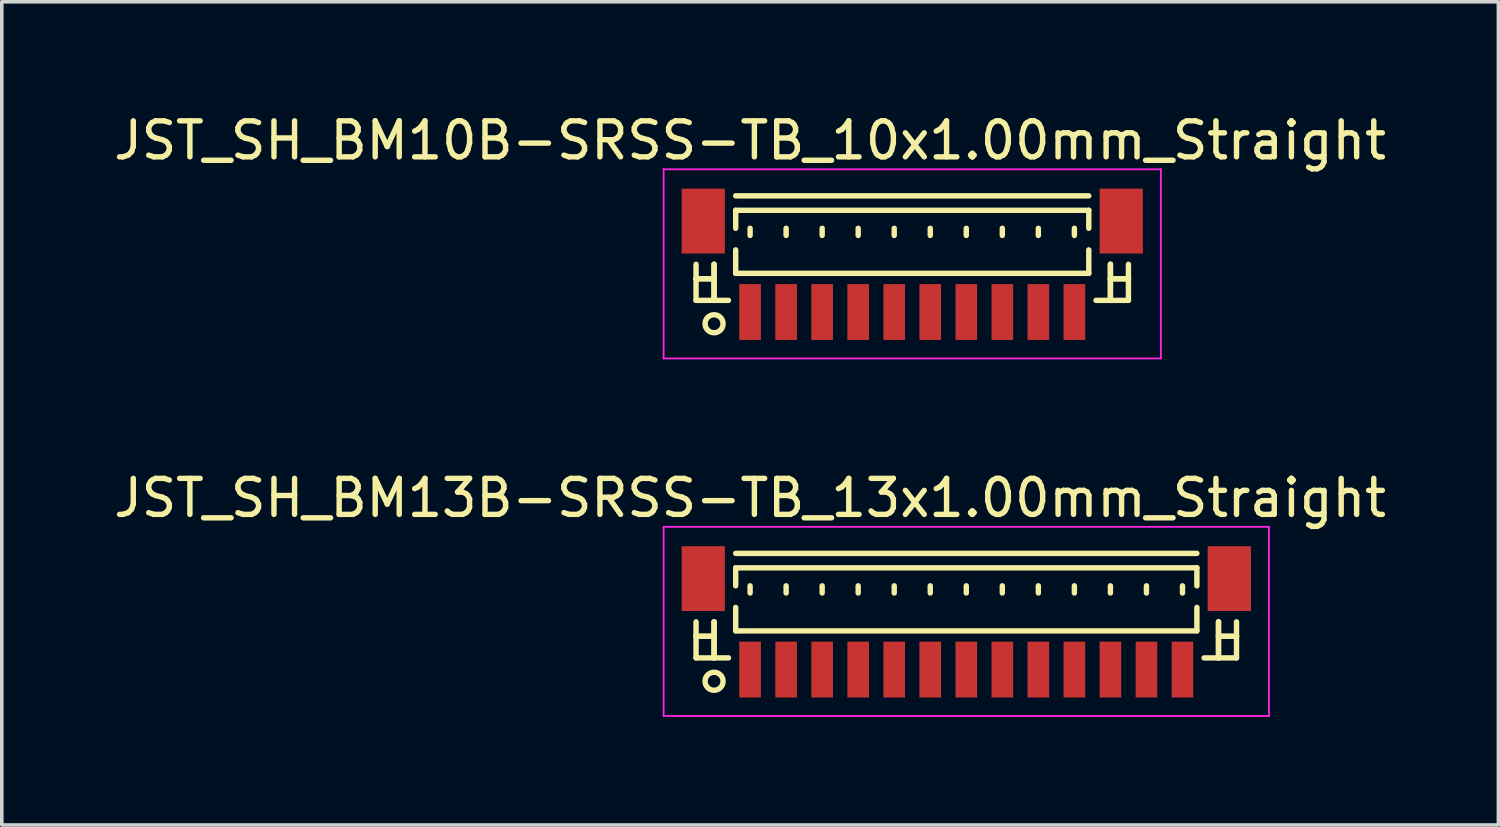
<source format=kicad_pcb>
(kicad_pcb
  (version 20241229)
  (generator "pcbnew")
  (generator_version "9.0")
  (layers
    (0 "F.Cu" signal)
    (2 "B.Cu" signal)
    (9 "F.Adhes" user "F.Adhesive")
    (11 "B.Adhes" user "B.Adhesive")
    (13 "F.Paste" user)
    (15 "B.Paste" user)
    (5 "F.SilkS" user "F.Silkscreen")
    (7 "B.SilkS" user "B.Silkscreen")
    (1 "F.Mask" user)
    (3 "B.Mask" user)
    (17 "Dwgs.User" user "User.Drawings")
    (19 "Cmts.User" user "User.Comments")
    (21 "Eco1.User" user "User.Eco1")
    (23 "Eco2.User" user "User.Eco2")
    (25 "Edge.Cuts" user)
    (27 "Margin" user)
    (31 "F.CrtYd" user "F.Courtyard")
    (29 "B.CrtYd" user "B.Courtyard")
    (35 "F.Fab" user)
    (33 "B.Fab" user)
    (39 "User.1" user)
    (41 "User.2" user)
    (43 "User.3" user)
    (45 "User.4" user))
  (footprint "JST_SH_BM13B-SRSS-TB_13x1.00mm_Straight"
    (layer "F.Cu")
    (at 23.768 14.271)
    (property "Reference" "JST_SH_BM13B-SRSS-TB_13x1.00mm_Straight" (at -6 -3.5 0) (layer "F.SilkS") (effects (font (size 1 1) (thickness 0.15))))
    (attr smd)
    (fp_line (start -7.5 -0.062) (end -7.5 0.938) (stroke (width 0.15) (type solid)) (layer "F.SilkS"))
    (fp_line (start -7.5 0.338) (end -7.5 0.338) (stroke (width 0.15) (type solid)) (layer "F.SilkS"))
    (fp_line (start -7.5 0.338) (end -7 0.338) (stroke (width 0.15) (type solid)) (layer "F.SilkS"))
    (fp_line (start -7.5 0.938) (end -6.6 0.938) (stroke (width 0.15) (type solid)) (layer "F.SilkS"))
    (fp_line (start -7 -0.062) (end -7 -0.062) (stroke (width 0.15) (type solid)) (layer "F.SilkS"))
    (fp_line (start -7 -0.062) (end -7 0.938) (stroke (width 0.15) (type solid)) (layer "F.SilkS"))
    (fp_line (start -7 0.338) (end -7.5 0.338) (stroke (width 0.15) (type solid)) (layer "F.SilkS"))
    (fp_line (start -7 0.338) (end -7 0.338) (stroke (width 0.15) (type solid)) (layer "F.SilkS"))
    (fp_line (start -7 0.938) (end -7 -0.062) (stroke (width 0.15) (type solid)) (layer "F.SilkS"))
    (fp_line (start -7 0.938) (end -7 0.938) (stroke (width 0.15) (type solid)) (layer "F.SilkS"))
    (fp_line (start -6.4 -1.962) (end 6.4 -1.962) (stroke (width 0.15) (type solid)) (layer "F.SilkS"))
    (fp_line (start -6.4 -1.562) (end 6.4 -1.562) (stroke (width 0.15) (type solid)) (layer "F.SilkS"))
    (fp_line (start -6.4 -1.062) (end -6.4 -1.562) (stroke (width 0.15) (type solid)) (layer "F.SilkS"))
    (fp_line (start -6.4 -0.463) (end -6.4 0.188) (stroke (width 0.15) (type solid)) (layer "F.SilkS"))
    (fp_line (start -6.4 0.188) (end 6.4 0.188) (stroke (width 0.15) (type solid)) (layer "F.SilkS"))
    (fp_line (start -6 -1.062) (end -6 -0.863) (stroke (width 0.15) (type solid)) (layer "F.SilkS"))
    (fp_line (start -5 -1.062) (end -5 -0.863) (stroke (width 0.15) (type solid)) (layer "F.SilkS"))
    (fp_line (start -4 -1.062) (end -4 -0.863) (stroke (width 0.15) (type solid)) (layer "F.SilkS"))
    (fp_line (start -3 -1.062) (end -3 -0.863) (stroke (width 0.15) (type solid)) (layer "F.SilkS"))
    (fp_line (start -2 -1.062) (end -2 -0.863) (stroke (width 0.15) (type solid)) (layer "F.SilkS"))
    (fp_line (start -1 -1.062) (end -1 -0.863) (stroke (width 0.15) (type solid)) (layer "F.SilkS"))
    (fp_line (start 0 -1.062) (end 0 -0.863) (stroke (width 0.15) (type solid)) (layer "F.SilkS"))
    (fp_line (start 1 -1.062) (end 1 -0.863) (stroke (width 0.15) (type solid)) (layer "F.SilkS"))
    (fp_line (start 2 -1.062) (end 2 -0.863) (stroke (width 0.15) (type solid)) (layer "F.SilkS"))
    (fp_line (start 3 -1.062) (end 3 -0.863) (stroke (width 0.15) (type solid)) (layer "F.SilkS"))
    (fp_line (start 4 -1.062) (end 4 -0.863) (stroke (width 0.15) (type solid)) (layer "F.SilkS"))
    (fp_line (start 5 -1.062) (end 5 -0.863) (stroke (width 0.15) (type solid)) (layer "F.SilkS"))
    (fp_line (start 6 -1.062) (end 6 -0.863) (stroke (width 0.15) (type solid)) (layer "F.SilkS"))
    (fp_line (start 6.4 -1.562) (end 6.4 -1.062) (stroke (width 0.15) (type solid)) (layer "F.SilkS"))
    (fp_line (start 6.4 0.188) (end 6.4 -0.463) (stroke (width 0.15) (type solid)) (layer "F.SilkS"))
    (fp_line (start 7 -0.062) (end 7 -0.062) (stroke (width 0.15) (type solid)) (layer "F.SilkS"))
    (fp_line (start 7 -0.062) (end 7 0.938) (stroke (width 0.15) (type solid)) (layer "F.SilkS"))
    (fp_line (start 7 0.338) (end 7 0.338) (stroke (width 0.15) (type solid)) (layer "F.SilkS"))
    (fp_line (start 7 0.338) (end 7.5 0.338) (stroke (width 0.15) (type solid)) (layer "F.SilkS"))
    (fp_line (start 7 0.938) (end 7 -0.062) (stroke (width 0.15) (type solid)) (layer "F.SilkS"))
    (fp_line (start 7 0.938) (end 7 0.938) (stroke (width 0.15) (type solid)) (layer "F.SilkS"))
    (fp_line (start 7.5 -0.062) (end 7.5 0.938) (stroke (width 0.15) (type solid)) (layer "F.SilkS"))
    (fp_line (start 7.5 0.338) (end 7 0.338) (stroke (width 0.15) (type solid)) (layer "F.SilkS"))
    (fp_line (start 7.5 0.338) (end 7.5 0.338) (stroke (width 0.15) (type solid)) (layer "F.SilkS"))
    (fp_line (start 7.5 0.938) (end 6.6 0.938) (stroke (width 0.15) (type solid)) (layer "F.SilkS"))
    (fp_circle (center -7 1.587) (end -6.75 1.587) (stroke (width 0.15) (type solid)) (fill no) (layer "F.SilkS"))
    (fp_line (start -8.4 -2.7) (end 8.4 -2.7) (stroke (width 0.05) (type solid)) (layer "F.CrtYd"))
    (fp_line (start -8.4 2.55) (end -8.4 -2.7) (stroke (width 0.05) (type solid)) (layer "F.CrtYd"))
    (fp_line (start 8.4 -2.7) (end 8.4 2.55) (stroke (width 0.05) (type solid)) (layer "F.CrtYd"))
    (fp_line (start 8.4 2.55) (end -8.4 2.55) (stroke (width 0.05) (type solid)) (layer "F.CrtYd"))
    (pad "" smd rect (at -7.3 -1.262) (size 1.2 1.8) (layers "F.Cu" "F.Mask" "F.Paste"))
    (pad "" smd rect (at 7.3 -1.262) (size 1.2 1.8) (layers "F.Cu" "F.Mask" "F.Paste"))
    (pad "1" smd rect (at -6 1.262) (size 0.6 1.55) (layers "F.Cu" "F.Mask" "F.Paste"))
    (pad "2" smd rect (at -5 1.262) (size 0.6 1.55) (layers "F.Cu" "F.Mask" "F.Paste"))
    (pad "3" smd rect (at -4 1.262) (size 0.6 1.55) (layers "F.Cu" "F.Mask" "F.Paste"))
    (pad "4" smd rect (at -3 1.262) (size 0.6 1.55) (layers "F.Cu" "F.Mask" "F.Paste"))
    (pad "5" smd rect (at -2 1.262) (size 0.6 1.55) (layers "F.Cu" "F.Mask" "F.Paste"))
    (pad "6" smd rect (at -1 1.262) (size 0.6 1.55) (layers "F.Cu" "F.Mask" "F.Paste"))
    (pad "7" smd rect (at 0 1.262) (size 0.6 1.55) (layers "F.Cu" "F.Mask" "F.Paste"))
    (pad "8" smd rect (at 1 1.262) (size 0.6 1.55) (layers "F.Cu" "F.Mask" "F.Paste"))
    (pad "9" smd rect (at 2 1.262) (size 0.6 1.55) (layers "F.Cu" "F.Mask" "F.Paste"))
    (pad "10" smd rect (at 3 1.262) (size 0.6 1.55) (layers "F.Cu" "F.Mask" "F.Paste"))
    (pad "11" smd rect (at 4 1.262) (size 0.6 1.55) (layers "F.Cu" "F.Mask" "F.Paste"))
    (pad "12" smd rect (at 5 1.262) (size 0.6 1.55) (layers "F.Cu" "F.Mask" "F.Paste"))
    (pad "13" smd rect (at 6 1.262) (size 0.6 1.55) (layers "F.Cu" "F.Mask" "F.Paste")))
  (footprint "JST_SH_BM10B-SRSS-TB_10x1.00mm_Straight"
    (layer "F.Cu")
    (at 22.268 4.348)
    (property "Reference" "JST_SH_BM10B-SRSS-TB_10x1.00mm_Straight" (at -4.5 -3.5 0) (layer "F.SilkS") (effects (font (size 1 1) (thickness 0.15))))
    (attr smd)
    (fp_line (start -6 -0.062) (end -6 0.938) (stroke (width 0.15) (type solid)) (layer "F.SilkS"))
    (fp_line (start -6 0.338) (end -6 0.338) (stroke (width 0.15) (type solid)) (layer "F.SilkS"))
    (fp_line (start -6 0.338) (end -5.5 0.338) (stroke (width 0.15) (type solid)) (layer "F.SilkS"))
    (fp_line (start -6 0.938) (end -5.1 0.938) (stroke (width 0.15) (type solid)) (layer "F.SilkS"))
    (fp_line (start -5.5 -0.062) (end -5.5 -0.062) (stroke (width 0.15) (type solid)) (layer "F.SilkS"))
    (fp_line (start -5.5 -0.062) (end -5.5 0.938) (stroke (width 0.15) (type solid)) (layer "F.SilkS"))
    (fp_line (start -5.5 0.338) (end -6 0.338) (stroke (width 0.15) (type solid)) (layer "F.SilkS"))
    (fp_line (start -5.5 0.338) (end -5.5 0.338) (stroke (width 0.15) (type solid)) (layer "F.SilkS"))
    (fp_line (start -5.5 0.938) (end -5.5 -0.062) (stroke (width 0.15) (type solid)) (layer "F.SilkS"))
    (fp_line (start -5.5 0.938) (end -5.5 0.938) (stroke (width 0.15) (type solid)) (layer "F.SilkS"))
    (fp_line (start -4.9 -1.962) (end 4.9 -1.962) (stroke (width 0.15) (type solid)) (layer "F.SilkS"))
    (fp_line (start -4.9 -1.562) (end 4.9 -1.562) (stroke (width 0.15) (type solid)) (layer "F.SilkS"))
    (fp_line (start -4.9 -1.062) (end -4.9 -1.562) (stroke (width 0.15) (type solid)) (layer "F.SilkS"))
    (fp_line (start -4.9 -0.463) (end -4.9 0.188) (stroke (width 0.15) (type solid)) (layer "F.SilkS"))
    (fp_line (start -4.9 0.188) (end 4.9 0.188) (stroke (width 0.15) (type solid)) (layer "F.SilkS"))
    (fp_line (start -4.5 -1.062) (end -4.5 -0.863) (stroke (width 0.15) (type solid)) (layer "F.SilkS"))
    (fp_line (start -3.5 -1.062) (end -3.5 -0.863) (stroke (width 0.15) (type solid)) (layer "F.SilkS"))
    (fp_line (start -2.5 -1.062) (end -2.5 -0.863) (stroke (width 0.15) (type solid)) (layer "F.SilkS"))
    (fp_line (start -1.5 -1.062) (end -1.5 -0.863) (stroke (width 0.15) (type solid)) (layer "F.SilkS"))
    (fp_line (start -0.5 -1.062) (end -0.5 -0.863) (stroke (width 0.15) (type solid)) (layer "F.SilkS"))
    (fp_line (start 0.5 -1.062) (end 0.5 -0.863) (stroke (width 0.15) (type solid)) (layer "F.SilkS"))
    (fp_line (start 1.5 -1.062) (end 1.5 -0.863) (stroke (width 0.15) (type solid)) (layer "F.SilkS"))
    (fp_line (start 2.5 -1.062) (end 2.5 -0.863) (stroke (width 0.15) (type solid)) (layer "F.SilkS"))
    (fp_line (start 3.5 -1.062) (end 3.5 -0.863) (stroke (width 0.15) (type solid)) (layer "F.SilkS"))
    (fp_line (start 4.5 -1.062) (end 4.5 -0.863) (stroke (width 0.15) (type solid)) (layer "F.SilkS"))
    (fp_line (start 4.9 -1.562) (end 4.9 -1.062) (stroke (width 0.15) (type solid)) (layer "F.SilkS"))
    (fp_line (start 4.9 0.188) (end 4.9 -0.463) (stroke (width 0.15) (type solid)) (layer "F.SilkS"))
    (fp_line (start 5.5 -0.062) (end 5.5 -0.062) (stroke (width 0.15) (type solid)) (layer "F.SilkS"))
    (fp_line (start 5.5 -0.062) (end 5.5 0.938) (stroke (width 0.15) (type solid)) (layer "F.SilkS"))
    (fp_line (start 5.5 0.338) (end 5.5 0.338) (stroke (width 0.15) (type solid)) (layer "F.SilkS"))
    (fp_line (start 5.5 0.338) (end 6 0.338) (stroke (width 0.15) (type solid)) (layer "F.SilkS"))
    (fp_line (start 5.5 0.938) (end 5.5 -0.062) (stroke (width 0.15) (type solid)) (layer "F.SilkS"))
    (fp_line (start 5.5 0.938) (end 5.5 0.938) (stroke (width 0.15) (type solid)) (layer "F.SilkS"))
    (fp_line (start 6 -0.062) (end 6 0.938) (stroke (width 0.15) (type solid)) (layer "F.SilkS"))
    (fp_line (start 6 0.338) (end 5.5 0.338) (stroke (width 0.15) (type solid)) (layer "F.SilkS"))
    (fp_line (start 6 0.338) (end 6 0.338) (stroke (width 0.15) (type solid)) (layer "F.SilkS"))
    (fp_line (start 6 0.938) (end 5.1 0.938) (stroke (width 0.15) (type solid)) (layer "F.SilkS"))
    (fp_circle (center -5.5 1.587) (end -5.25 1.587) (stroke (width 0.15) (type solid)) (fill no) (layer "F.SilkS"))
    (fp_line (start -6.9 -2.7) (end 6.9 -2.7) (stroke (width 0.05) (type solid)) (layer "F.CrtYd"))
    (fp_line (start -6.9 2.55) (end -6.9 -2.7) (stroke (width 0.05) (type solid)) (layer "F.CrtYd"))
    (fp_line (start 6.9 -2.7) (end 6.9 2.55) (stroke (width 0.05) (type solid)) (layer "F.CrtYd"))
    (fp_line (start 6.9 2.55) (end -6.9 2.55) (stroke (width 0.05) (type solid)) (layer "F.CrtYd"))
    (pad "" smd rect (at -5.8 -1.262) (size 1.2 1.8) (layers "F.Cu" "F.Mask" "F.Paste"))
    (pad "" smd rect (at 5.8 -1.262) (size 1.2 1.8) (layers "F.Cu" "F.Mask" "F.Paste"))
    (pad "1" smd rect (at -4.5 1.262) (size 0.6 1.55) (layers "F.Cu" "F.Mask" "F.Paste"))
    (pad "2" smd rect (at -3.5 1.262) (size 0.6 1.55) (layers "F.Cu" "F.Mask" "F.Paste"))
    (pad "3" smd rect (at -2.5 1.262) (size 0.6 1.55) (layers "F.Cu" "F.Mask" "F.Paste"))
    (pad "4" smd rect (at -1.5 1.262) (size 0.6 1.55) (layers "F.Cu" "F.Mask" "F.Paste"))
    (pad "5" smd rect (at -0.5 1.262) (size 0.6 1.55) (layers "F.Cu" "F.Mask" "F.Paste"))
    (pad "6" smd rect (at 0.5 1.262) (size 0.6 1.55) (layers "F.Cu" "F.Mask" "F.Paste"))
    (pad "7" smd rect (at 1.5 1.262) (size 0.6 1.55) (layers "F.Cu" "F.Mask" "F.Paste"))
    (pad "8" smd rect (at 2.5 1.262) (size 0.6 1.55) (layers "F.Cu" "F.Mask" "F.Paste"))
    (pad "9" smd rect (at 3.5 1.262) (size 0.6 1.55) (layers "F.Cu" "F.Mask" "F.Paste"))
    (pad "10" smd rect (at 4.5 1.262) (size 0.6 1.55) (layers "F.Cu" "F.Mask" "F.Paste")))
  (gr_rect
    (start -3 -3)
    (end 38.536 19.846)
    (stroke (width 0.1) (type default))
    (fill no)
    (layer "Edge.Cuts")))
</source>
